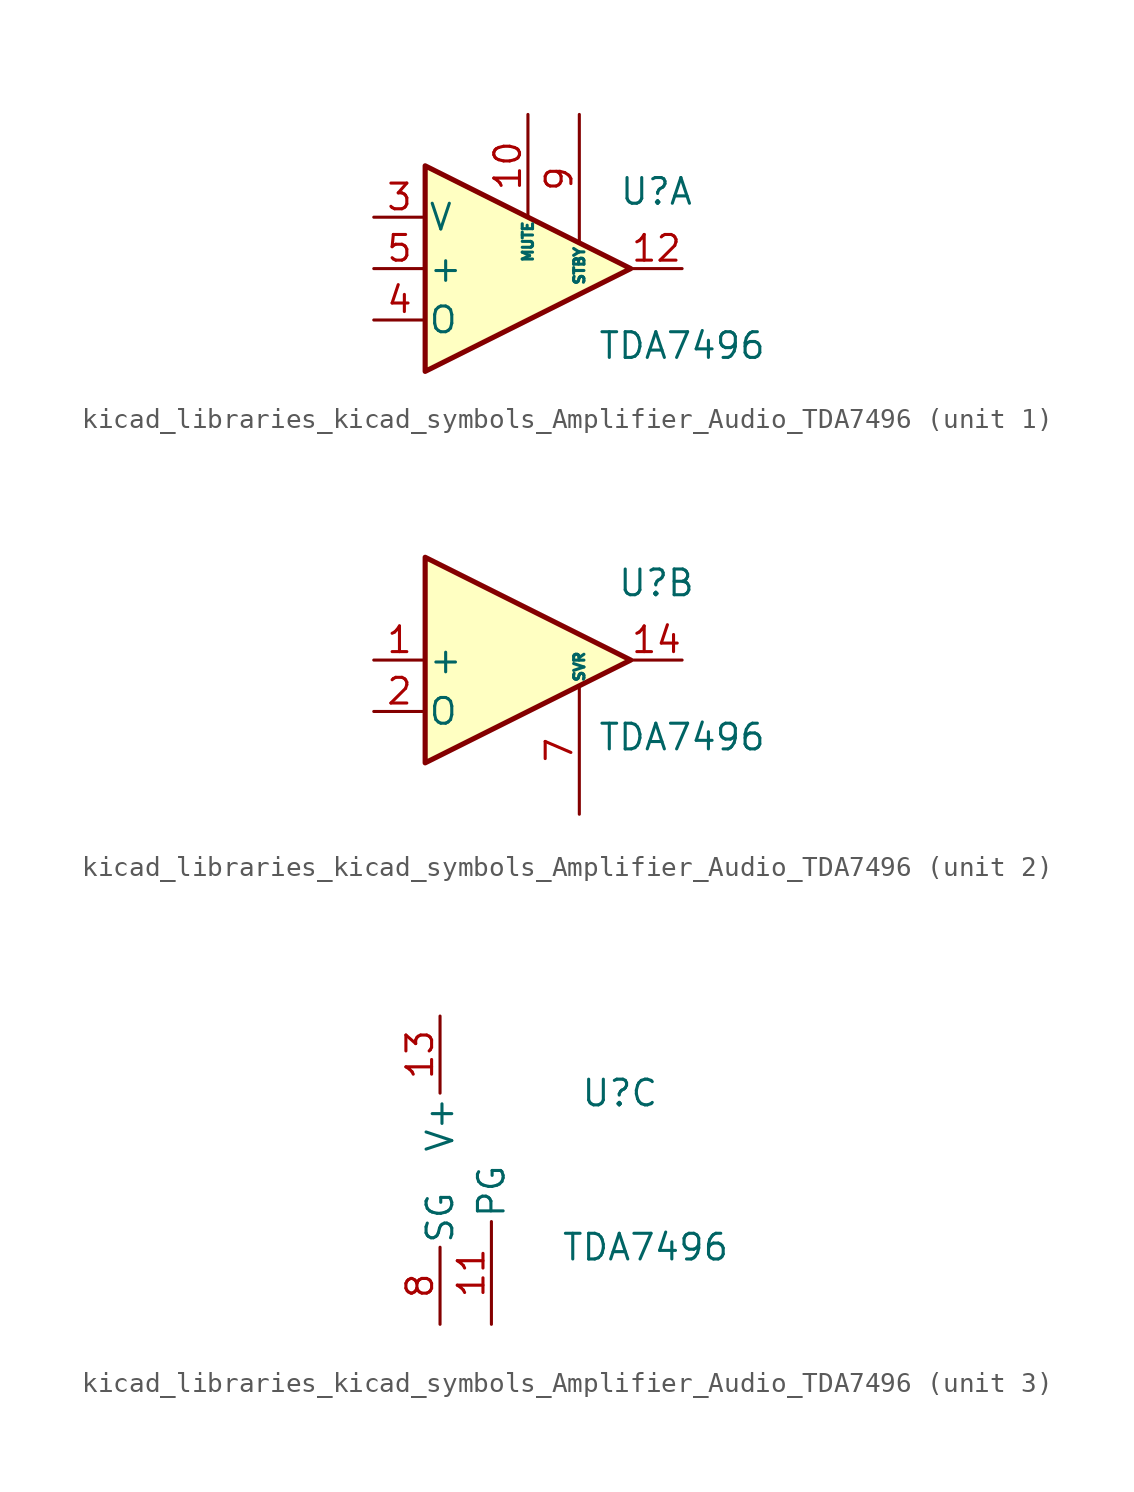
<source format=kicad_sym>
(kicad_symbol_lib
  (version 20220914)
  (generator kicad_symbol_editor)
  (symbol "kicad_libraries_kicad_symbols_Amplifier_Audio_TDA7496"
    (pin_names
      (offset 0.127))
    (property "Reference" "U"
      (at 6.35 3.81 0)
      (effects (font (size 1.27 1.27))))
    (property "Value" "TDA7496"
      (at 7.62 -3.81 0)
      (effects (font (size 1.27 1.27))))
    (property "ki_locked" ""
      (at 0 0 0)
      (effects (font (size 1.27 1.27))))
    (symbol "kicad_libraries_kicad_symbols_Amplifier_Audio_TDA7496_1_1"
      (polyline (pts (xy 5.08 0) (xy -5.08 5.08) (xy -5.08 -5.08) (xy 5.08 0)) (stroke (width 0.254) (type default)) (fill (type background)))
      (pin input line (at 0 7.62 270) (length 5.08) (name "MUTE" (effects (font (size 0.508 0.508)))) (number "10" (effects (font (size 1.27 1.27)))))
      (pin output line (at 7.62 0 180) (length 2.54) (name "~" (effects (font (size 1.27 1.27)))) (number "12" (effects (font (size 1.27 1.27)))))
      (pin input line (at -7.62 2.54 0) (length 2.54) (name "V" (effects (font (size 1.27 1.27)))) (number "3" (effects (font (size 1.27 1.27)))))
      (pin output line (at -7.62 -2.54 0) (length 2.54) (name "O" (effects (font (size 1.27 1.27)))) (number "4" (effects (font (size 1.27 1.27)))))
      (pin input line (at -7.62 0 0) (length 2.54) (name "+" (effects (font (size 1.27 1.27)))) (number "5" (effects (font (size 1.27 1.27)))))
      (pin no_connect line (at 0 2.54 270) (length 2.54) hide (name "NC" (effects (font (size 1.27 1.27)))) (number "6" (effects (font (size 1.27 1.27)))))
      (pin input line (at 2.54 7.62 270) (length 6.35) (name "STBY" (effects (font (size 0.508 0.508)))) (number "9" (effects (font (size 1.27 1.27))))))
    (symbol "kicad_libraries_kicad_symbols_Amplifier_Audio_TDA7496_2_1"
      (polyline (pts (xy 5.08 0) (xy -5.08 5.08) (xy -5.08 -5.08) (xy 5.08 0)) (stroke (width 0.254) (type default)) (fill (type background)))
      (pin input line (at -7.62 0 0) (length 2.54) (name "+" (effects (font (size 1.27 1.27)))) (number "1" (effects (font (size 1.27 1.27)))))
      (pin output line (at 7.62 0 180) (length 2.54) (name "~" (effects (font (size 1.27 1.27)))) (number "14" (effects (font (size 1.27 1.27)))))
      (pin output line (at -7.62 -2.54 0) (length 2.54) (name "O" (effects (font (size 1.27 1.27)))) (number "2" (effects (font (size 1.27 1.27)))))
      (pin passive line (at 2.54 -7.62 90) (length 6.35) (name "SVR" (effects (font (size 0.508 0.508)))) (number "7" (effects (font (size 1.27 1.27))))))
    (symbol "kicad_libraries_kicad_symbols_Amplifier_Audio_TDA7496_3_1"
      (pin power_in line (at 0 -7.62 90) (length 5.08) (name "PG" (effects (font (size 1.27 1.27)))) (number "11" (effects (font (size 1.27 1.27)))))
      (pin power_in line (at -2.54 7.62 270) (length 3.81) (name "V+" (effects (font (size 1.27 1.27)))) (number "13" (effects (font (size 1.27 1.27)))))
      (pin passive line (at 0 -7.62 90) (length 5.08) hide (name "PG" (effects (font (size 1.27 1.27)))) (number "15" (effects (font (size 1.27 1.27)))))
      (pin power_in line (at -2.54 -7.62 90) (length 3.81) (name "SG" (effects (font (size 1.27 1.27)))) (number "8" (effects (font (size 1.27 1.27))))))))
</source>
